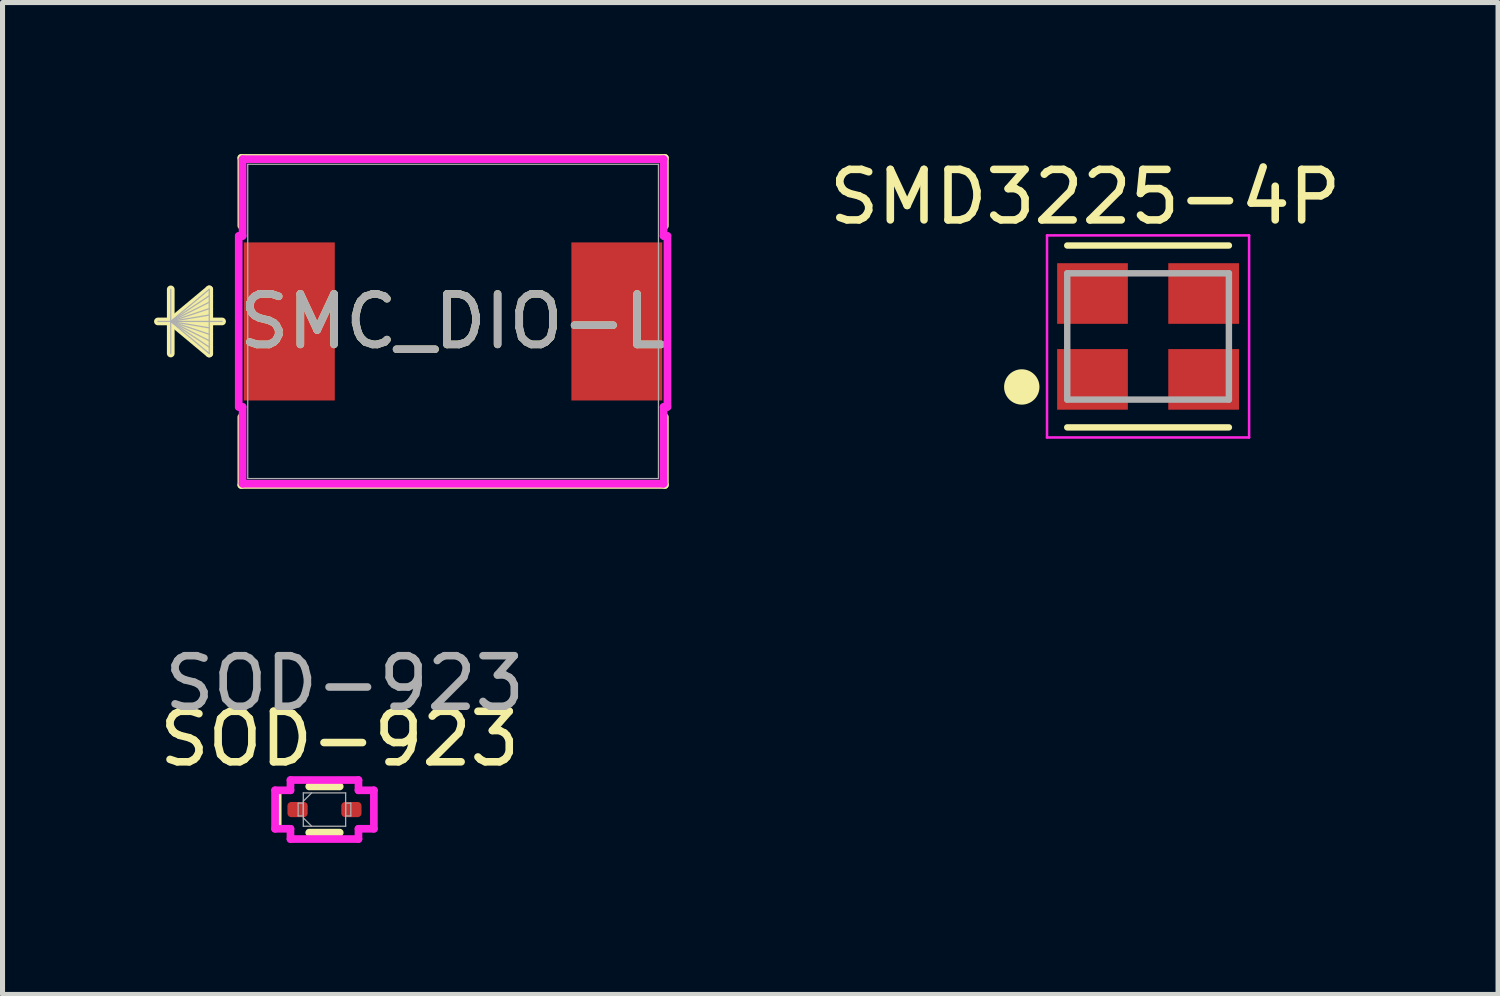
<source format=kicad_pcb>
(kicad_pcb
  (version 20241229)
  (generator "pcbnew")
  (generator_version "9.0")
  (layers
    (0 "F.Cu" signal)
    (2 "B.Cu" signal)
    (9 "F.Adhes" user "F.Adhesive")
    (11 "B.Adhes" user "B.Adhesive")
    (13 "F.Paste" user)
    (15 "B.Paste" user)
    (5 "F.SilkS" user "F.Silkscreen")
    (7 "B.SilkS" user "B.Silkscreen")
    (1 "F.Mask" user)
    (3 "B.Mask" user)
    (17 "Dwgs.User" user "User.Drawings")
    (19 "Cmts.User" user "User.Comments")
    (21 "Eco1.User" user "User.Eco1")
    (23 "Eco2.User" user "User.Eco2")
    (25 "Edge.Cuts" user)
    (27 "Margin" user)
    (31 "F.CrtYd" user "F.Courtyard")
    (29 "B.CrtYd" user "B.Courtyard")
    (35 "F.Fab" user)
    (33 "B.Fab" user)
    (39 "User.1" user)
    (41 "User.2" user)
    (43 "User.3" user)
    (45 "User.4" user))
  (footprint "SMD3225-4P"
    (layer "F.Cu")
    (at 19.676 3.61)
    (property "Reference" "SMD3225-4P" (at -1.245 -2.762 0) (layer "F.SilkS") (effects (font (size 1 1) (thickness 0.15))))
    (attr smd)
    (fp_line (start -1.6 -1.8) (end 1.6 -1.8) (stroke (width 0.127) (type solid)) (layer "F.SilkS"))
    (fp_line (start -1.6 1.8) (end 1.6 1.8) (stroke (width 0.127) (type solid)) (layer "F.SilkS"))
    (fp_circle (center -2.5 1) (end -2.2 1) (stroke (width 0.1) (type solid)) (fill yes) (layer "F.SilkS"))
    (fp_line (start -2 -2) (end -2 2) (stroke (width 0.05) (type solid)) (layer "F.CrtYd"))
    (fp_line (start -2 2) (end 2 2) (stroke (width 0.05) (type solid)) (layer "F.CrtYd"))
    (fp_line (start 2 -2) (end -2 -2) (stroke (width 0.05) (type solid)) (layer "F.CrtYd"))
    (fp_line (start 2 2) (end 2 -2) (stroke (width 0.05) (type solid)) (layer "F.CrtYd"))
    (fp_line (start -1.6 -1.25) (end -1.6 1.25) (stroke (width 0.127) (type solid)) (layer "F.Fab"))
    (fp_line (start -1.6 -1.25) (end 1.6 -1.25) (stroke (width 0.127) (type solid)) (layer "F.Fab"))
    (fp_line (start -1.6 1.25) (end 1.6 1.25) (stroke (width 0.127) (type solid)) (layer "F.Fab"))
    (fp_line (start 1.6 -1.25) (end 1.6 1.25) (stroke (width 0.127) (type solid)) (layer "F.Fab"))
    (pad "1" smd rect (at -1.1 0.85) (size 1.4 1.2) (layers "F.Cu" "F.Mask" "F.Paste"))
    (pad "2" smd rect (at 1.1 0.85) (size 1.4 1.2) (layers "F.Cu" "F.Mask" "F.Paste"))
    (pad "3" smd rect (at 1.1 -0.85) (size 1.4 1.2) (layers "F.Cu" "F.Mask" "F.Paste"))
    (pad "4" smd rect (at -1.1 -0.85) (size 1.4 1.2) (layers "F.Cu" "F.Mask" "F.Paste")))
  (footprint "SOD-923"
    (layer "F.Cu")
    (at 3.373 12.975)
    (property "Reference" "SOD-923" (at 0.3 -1.4 0) (unlocked yes) (layer "F.SilkS") (effects (font (size 1 1) (thickness 0.15))))
    (attr smd)
    (fp_line (start -0.9 -0.302) (end -0.9 0.302) (stroke (width 0.1) (type solid)) (layer "F.SilkS"))
    (fp_line (start -0.302 0.457) (end 0.302 0.457) (stroke (width 0.152) (type solid)) (layer "F.SilkS"))
    (fp_line (start 0.302 -0.457) (end -0.302 -0.457) (stroke (width 0.152) (type solid)) (layer "F.SilkS"))
    (fp_line (start -0.978 -0.381) (end -0.673 -0.381) (stroke (width 0.152) (type solid)) (layer "F.CrtYd"))
    (fp_line (start -0.978 0.381) (end -0.978 -0.381) (stroke (width 0.152) (type solid)) (layer "F.CrtYd"))
    (fp_line (start -0.673 -0.584) (end 0.673 -0.584) (stroke (width 0.152) (type solid)) (layer "F.CrtYd"))
    (fp_line (start -0.673 -0.381) (end -0.673 -0.584) (stroke (width 0.152) (type solid)) (layer "F.CrtYd"))
    (fp_line (start -0.673 0.381) (end -0.978 0.381) (stroke (width 0.152) (type solid)) (layer "F.CrtYd"))
    (fp_line (start -0.673 0.584) (end -0.673 0.381) (stroke (width 0.152) (type solid)) (layer "F.CrtYd"))
    (fp_line (start 0.673 -0.584) (end 0.673 -0.381) (stroke (width 0.152) (type solid)) (layer "F.CrtYd"))
    (fp_line (start 0.673 -0.381) (end 0.978 -0.381) (stroke (width 0.152) (type solid)) (layer "F.CrtYd"))
    (fp_line (start 0.673 0.381) (end 0.673 0.584) (stroke (width 0.152) (type solid)) (layer "F.CrtYd"))
    (fp_line (start 0.673 0.584) (end -0.673 0.584) (stroke (width 0.152) (type solid)) (layer "F.CrtYd"))
    (fp_line (start 0.978 -0.381) (end 0.978 0.381) (stroke (width 0.152) (type solid)) (layer "F.CrtYd"))
    (fp_line (start 0.978 0.381) (end 0.673 0.381) (stroke (width 0.152) (type solid)) (layer "F.CrtYd"))
    (fp_line (start -0.521 -0.127) (end -0.521 0.127) (stroke (width 0.025) (type solid)) (layer "F.Fab"))
    (fp_line (start -0.521 0.127) (end -0.419 0.127) (stroke (width 0.025) (type solid)) (layer "F.Fab"))
    (fp_line (start -0.419 -0.33) (end -0.419 0.33) (stroke (width 0.025) (type solid)) (layer "F.Fab"))
    (fp_line (start -0.419 -0.165) (end -0.254 -0.33) (stroke (width 0.025) (type solid)) (layer "F.Fab"))
    (fp_line (start -0.419 -0.127) (end -0.521 -0.127) (stroke (width 0.025) (type solid)) (layer "F.Fab"))
    (fp_line (start -0.419 0.127) (end -0.419 -0.127) (stroke (width 0.025) (type solid)) (layer "F.Fab"))
    (fp_line (start -0.419 0.165) (end -0.254 0.33) (stroke (width 0.025) (type solid)) (layer "F.Fab"))
    (fp_line (start -0.419 0.33) (end 0.419 0.33) (stroke (width 0.025) (type solid)) (layer "F.Fab"))
    (fp_line (start 0.419 -0.33) (end -0.419 -0.33) (stroke (width 0.025) (type solid)) (layer "F.Fab"))
    (fp_line (start 0.419 -0.127) (end 0.419 0.127) (stroke (width 0.025) (type solid)) (layer "F.Fab"))
    (fp_line (start 0.419 0.127) (end 0.521 0.127) (stroke (width 0.025) (type solid)) (layer "F.Fab"))
    (fp_line (start 0.419 0.33) (end 0.419 -0.33) (stroke (width 0.025) (type solid)) (layer "F.Fab"))
    (fp_line (start 0.521 -0.127) (end 0.419 -0.127) (stroke (width 0.025) (type solid)) (layer "F.Fab"))
    (fp_line (start 0.521 0.127) (end 0.521 -0.127) (stroke (width 0.025) (type solid)) (layer "F.Fab"))
    (fp_text user "${REFERENCE}" (at 0.4 -2.5 0) (unlocked yes) (layer "F.Fab") (effects (font (size 1 1) (thickness 0.15))))
    (pad "1" smd roundrect (at -0.533 0) (size 0.4 0.3) (layers "F.Cu" "F.Mask" "F.Paste") (roundrect_rratio 0.25))
    (pad "2" smd roundrect (at 0.533 0) (size 0.4 0.3) (layers "F.Cu" "F.Mask" "F.Paste") (roundrect_rratio 0.25)))
  (footprint "SMC_DIO-L"
    (layer "F.Cu")
    (at 5.919 3.313)
    (property "Reference" "SMC_DIO-L" (at 0 0 0) (unlocked yes) (layer "F.SilkS") (effects (font (size 1 1) (thickness 0.15))))
    (attr smd)
    (fp_line (start -5.589 -0.635) (end -5.589 0.635) (stroke (width 0.152) (type solid)) (layer "F.SilkS"))
    (fp_line (start -5.589 0) (end -4.827 -0.635) (stroke (width 0.152) (type solid)) (layer "F.SilkS"))
    (fp_line (start -5.589 0) (end -4.827 -0.508) (stroke (width 0.152) (type solid)) (layer "F.SilkS"))
    (fp_line (start -5.589 0) (end -4.827 -0.381) (stroke (width 0.152) (type solid)) (layer "F.SilkS"))
    (fp_line (start -5.589 0) (end -4.827 -0.254) (stroke (width 0.152) (type solid)) (layer "F.SilkS"))
    (fp_line (start -5.589 0) (end -4.827 -0.127) (stroke (width 0.152) (type solid)) (layer "F.SilkS"))
    (fp_line (start -5.589 0) (end -4.827 0.127) (stroke (width 0.152) (type solid)) (layer "F.SilkS"))
    (fp_line (start -5.589 0) (end -4.827 0.254) (stroke (width 0.152) (type solid)) (layer "F.SilkS"))
    (fp_line (start -5.589 0) (end -4.827 0.381) (stroke (width 0.152) (type solid)) (layer "F.SilkS"))
    (fp_line (start -5.589 0) (end -4.827 0.508) (stroke (width 0.152) (type solid)) (layer "F.SilkS"))
    (fp_line (start -5.589 0) (end -4.827 0.635) (stroke (width 0.152) (type solid)) (layer "F.SilkS"))
    (fp_line (start -4.827 -0.635) (end -4.827 0.635) (stroke (width 0.152) (type solid)) (layer "F.SilkS"))
    (fp_line (start -4.573 0) (end -5.843 0) (stroke (width 0.152) (type solid)) (layer "F.SilkS"))
    (fp_line (start -4.192 -3.237) (end -4.192 -1.893) (stroke (width 0.152) (type solid)) (layer "F.SilkS"))
    (fp_line (start -4.192 1.893) (end -4.192 3.237) (stroke (width 0.152) (type solid)) (layer "F.SilkS"))
    (fp_line (start -4.192 3.237) (end 4.192 3.237) (stroke (width 0.152) (type solid)) (layer "F.SilkS"))
    (fp_line (start 4.192 -3.237) (end -4.192 -3.237) (stroke (width 0.152) (type solid)) (layer "F.SilkS"))
    (fp_line (start 4.192 -1.893) (end 4.192 -3.237) (stroke (width 0.152) (type solid)) (layer "F.SilkS"))
    (fp_line (start 4.192 3.237) (end 4.192 1.893) (stroke (width 0.152) (type solid)) (layer "F.SilkS"))
    (fp_line (start -4.243 -1.692) (end -4.167 -1.692) (stroke (width 0.152) (type solid)) (layer "F.CrtYd"))
    (fp_line (start -4.243 1.692) (end -4.243 -1.692) (stroke (width 0.152) (type solid)) (layer "F.CrtYd"))
    (fp_line (start -4.167 -3.212) (end 4.167 -3.212) (stroke (width 0.152) (type solid)) (layer "F.CrtYd"))
    (fp_line (start -4.167 -1.692) (end -4.167 -3.212) (stroke (width 0.152) (type solid)) (layer "F.CrtYd"))
    (fp_line (start -4.167 1.692) (end -4.243 1.692) (stroke (width 0.152) (type solid)) (layer "F.CrtYd"))
    (fp_line (start -4.167 3.212) (end -4.167 1.692) (stroke (width 0.152) (type solid)) (layer "F.CrtYd"))
    (fp_line (start 4.167 -3.212) (end 4.167 -1.692) (stroke (width 0.152) (type solid)) (layer "F.CrtYd"))
    (fp_line (start 4.167 -1.692) (end 4.243 -1.692) (stroke (width 0.152) (type solid)) (layer "F.CrtYd"))
    (fp_line (start 4.167 1.692) (end 4.167 3.212) (stroke (width 0.152) (type solid)) (layer "F.CrtYd"))
    (fp_line (start 4.167 3.212) (end -4.167 3.212) (stroke (width 0.152) (type solid)) (layer "F.CrtYd"))
    (fp_line (start 4.243 -1.692) (end 4.243 1.692) (stroke (width 0.152) (type solid)) (layer "F.CrtYd"))
    (fp_line (start 4.243 1.692) (end 4.167 1.692) (stroke (width 0.152) (type solid)) (layer "F.CrtYd"))
    (fp_line (start -5.589 -0.635) (end -5.589 0.635) (stroke (width 0.025) (type solid)) (layer "F.Fab"))
    (fp_line (start -5.589 0) (end -4.827 -0.635) (stroke (width 0.025) (type solid)) (layer "F.Fab"))
    (fp_line (start -5.589 0) (end -4.827 -0.508) (stroke (width 0.025) (type solid)) (layer "F.Fab"))
    (fp_line (start -5.589 0) (end -4.827 -0.381) (stroke (width 0.025) (type solid)) (layer "F.Fab"))
    (fp_line (start -5.589 0) (end -4.827 -0.254) (stroke (width 0.025) (type solid)) (layer "F.Fab"))
    (fp_line (start -5.589 0) (end -4.827 -0.127) (stroke (width 0.025) (type solid)) (layer "F.Fab"))
    (fp_line (start -5.589 0) (end -4.827 0.127) (stroke (width 0.025) (type solid)) (layer "F.Fab"))
    (fp_line (start -5.589 0) (end -4.827 0.254) (stroke (width 0.025) (type solid)) (layer "F.Fab"))
    (fp_line (start -5.589 0) (end -4.827 0.381) (stroke (width 0.025) (type solid)) (layer "F.Fab"))
    (fp_line (start -5.589 0) (end -4.827 0.508) (stroke (width 0.025) (type solid)) (layer "F.Fab"))
    (fp_line (start -5.589 0) (end -4.827 0.635) (stroke (width 0.025) (type solid)) (layer "F.Fab"))
    (fp_line (start -4.827 -0.635) (end -4.827 0.635) (stroke (width 0.025) (type solid)) (layer "F.Fab"))
    (fp_line (start -4.573 0) (end -5.843 0) (stroke (width 0.025) (type solid)) (layer "F.Fab"))
    (fp_line (start -4.065 -3.11) (end -4.065 3.11) (stroke (width 0.025) (type solid)) (layer "F.Fab"))
    (fp_line (start -4.065 3.11) (end 4.065 3.11) (stroke (width 0.025) (type solid)) (layer "F.Fab"))
    (fp_line (start 4.065 -3.11) (end -4.065 -3.11) (stroke (width 0.025) (type solid)) (layer "F.Fab"))
    (fp_line (start 4.065 3.11) (end 4.065 -3.11) (stroke (width 0.025) (type solid)) (layer "F.Fab"))
    (fp_text user "${REFERENCE}" (at 0 0 0) (unlocked yes) (layer "F.Fab") (effects (font (size 1 1) (thickness 0.15))))
    (pad "1" smd rect (at -3.241 0 90) (size 3.129 1.799) (layers "F.Cu" "F.Mask" "F.Paste"))
    (pad "2" smd rect (at 3.241 0 90) (size 3.129 1.799) (layers "F.Cu" "F.Mask" "F.Paste"))
    (zone (net_name "") (layer "F.Cu") (hatch full 0.508) (connect_pads) (min_thickness 0.254) (filled_areas_thickness no) (keepout (tracks not_allowed) (vias not_allowed) (pads allowed) (copperpour not_allowed) (footprints allowed)) (placement (enabled no)) (fill) (polygon (pts (xy 1.905 0.254) (xy 9.933 0.254) (xy 9.933 1.672) (xy 1.905 1.672))))
    (zone (net_name "") (layer "F.Cu") (hatch full 0.508) (connect_pads) (min_thickness 0.254) (filled_areas_thickness no) (keepout (tracks not_allowed) (vias not_allowed) (pads allowed) (copperpour not_allowed) (footprints allowed)) (placement (enabled no)) (fill) (polygon (pts (xy 1.905 4.954) (xy 9.933 4.954) (xy 9.933 6.372) (xy 1.905 6.372))))
    (zone (net_name "") (layer "F.Cu") (hatch full 0.508) (connect_pads) (min_thickness 0.254) (filled_areas_thickness no) (keepout (tracks not_allowed) (vias not_allowed) (pads allowed) (copperpour not_allowed) (footprints allowed)) (placement (enabled no)) (fill) (polygon (pts (xy 3.628 1.672) (xy 8.21 1.672) (xy 8.21 4.954) (xy 3.628 4.954)))))
  (gr_rect
    (start -3 -3)
    (end 26.604 16.635)
    (stroke (width 0.1) (type default))
    (fill no)
    (layer "Edge.Cuts")))
</source>
